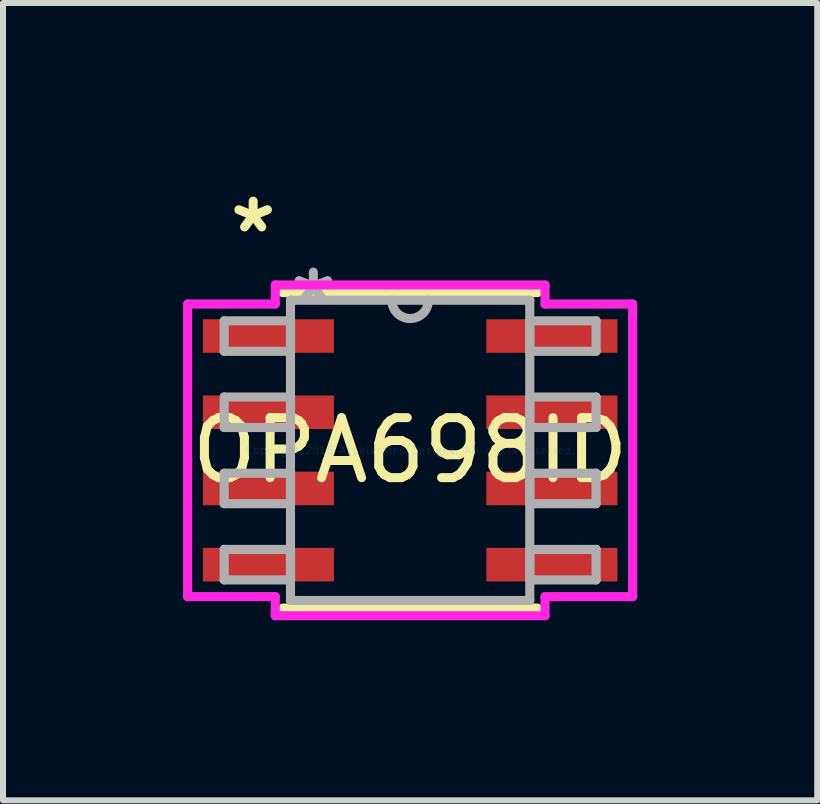
<source format=kicad_pcb>
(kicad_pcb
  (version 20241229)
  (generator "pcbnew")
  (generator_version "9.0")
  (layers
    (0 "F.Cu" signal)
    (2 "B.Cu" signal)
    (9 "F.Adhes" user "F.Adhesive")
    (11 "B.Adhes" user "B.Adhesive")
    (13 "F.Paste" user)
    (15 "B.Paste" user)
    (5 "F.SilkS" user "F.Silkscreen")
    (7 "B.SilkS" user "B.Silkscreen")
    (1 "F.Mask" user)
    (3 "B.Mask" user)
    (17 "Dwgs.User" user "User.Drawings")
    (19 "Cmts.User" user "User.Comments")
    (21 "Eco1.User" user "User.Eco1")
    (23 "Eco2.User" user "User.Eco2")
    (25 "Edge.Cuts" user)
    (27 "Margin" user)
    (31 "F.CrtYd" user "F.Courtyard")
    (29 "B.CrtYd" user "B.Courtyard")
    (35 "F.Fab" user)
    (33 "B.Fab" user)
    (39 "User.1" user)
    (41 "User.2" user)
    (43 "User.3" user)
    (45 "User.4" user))
  (footprint "OPA698ID"
    (layer "F.Cu")
    (at 3.785 4.455)
    (property "Reference" "OPA698ID" (at 0 0 0) (layer "F.SilkS") (effects (font (size 1 1) (thickness 0.15))))
    (attr through_hole)
    (fp_line (start -2.121 2.629) (end 2.121 2.629) (stroke (width 0.152) (type solid)) (layer "F.SilkS"))
    (fp_line (start 2.121 -2.629) (end -2.121 -2.629) (stroke (width 0.152) (type solid)) (layer "F.SilkS"))
    (fp_line (start -3.708 -2.438) (end -2.248 -2.438) (stroke (width 0.152) (type solid)) (layer "F.CrtYd"))
    (fp_line (start -3.708 2.438) (end -3.708 -2.438) (stroke (width 0.152) (type solid)) (layer "F.CrtYd"))
    (fp_line (start -2.248 -2.756) (end 2.248 -2.756) (stroke (width 0.152) (type solid)) (layer "F.CrtYd"))
    (fp_line (start -2.248 -2.438) (end -2.248 -2.756) (stroke (width 0.152) (type solid)) (layer "F.CrtYd"))
    (fp_line (start -2.248 2.438) (end -3.708 2.438) (stroke (width 0.152) (type solid)) (layer "F.CrtYd"))
    (fp_line (start -2.248 2.756) (end -2.248 2.438) (stroke (width 0.152) (type solid)) (layer "F.CrtYd"))
    (fp_line (start 2.248 -2.756) (end 2.248 -2.438) (stroke (width 0.152) (type solid)) (layer "F.CrtYd"))
    (fp_line (start 2.248 -2.438) (end 3.708 -2.438) (stroke (width 0.152) (type solid)) (layer "F.CrtYd"))
    (fp_line (start 2.248 2.438) (end 2.248 2.756) (stroke (width 0.152) (type solid)) (layer "F.CrtYd"))
    (fp_line (start 2.248 2.756) (end -2.248 2.756) (stroke (width 0.152) (type solid)) (layer "F.CrtYd"))
    (fp_line (start 3.708 -2.438) (end 3.708 2.438) (stroke (width 0.152) (type solid)) (layer "F.CrtYd"))
    (fp_line (start 3.708 2.438) (end 2.248 2.438) (stroke (width 0.152) (type solid)) (layer "F.CrtYd"))
    (fp_line (start -3.099 -2.159) (end -3.099 -1.651) (stroke (width 0.152) (type solid)) (layer "F.Fab"))
    (fp_line (start -3.099 -1.651) (end -1.994 -1.651) (stroke (width 0.152) (type solid)) (layer "F.Fab"))
    (fp_line (start -3.099 -0.889) (end -3.099 -0.381) (stroke (width 0.152) (type solid)) (layer "F.Fab"))
    (fp_line (start -3.099 -0.381) (end -1.994 -0.381) (stroke (width 0.152) (type solid)) (layer "F.Fab"))
    (fp_line (start -3.099 0.381) (end -3.099 0.889) (stroke (width 0.152) (type solid)) (layer "F.Fab"))
    (fp_line (start -3.099 0.889) (end -1.994 0.889) (stroke (width 0.152) (type solid)) (layer "F.Fab"))
    (fp_line (start -3.099 1.651) (end -3.099 2.159) (stroke (width 0.152) (type solid)) (layer "F.Fab"))
    (fp_line (start -3.099 2.159) (end -1.994 2.159) (stroke (width 0.152) (type solid)) (layer "F.Fab"))
    (fp_line (start -1.994 -2.502) (end -1.994 2.502) (stroke (width 0.152) (type solid)) (layer "F.Fab"))
    (fp_line (start -1.994 -2.159) (end -3.099 -2.159) (stroke (width 0.152) (type solid)) (layer "F.Fab"))
    (fp_line (start -1.994 -1.651) (end -1.994 -2.159) (stroke (width 0.152) (type solid)) (layer "F.Fab"))
    (fp_line (start -1.994 -0.889) (end -3.099 -0.889) (stroke (width 0.152) (type solid)) (layer "F.Fab"))
    (fp_line (start -1.994 -0.381) (end -1.994 -0.889) (stroke (width 0.152) (type solid)) (layer "F.Fab"))
    (fp_line (start -1.994 0.381) (end -3.099 0.381) (stroke (width 0.152) (type solid)) (layer "F.Fab"))
    (fp_line (start -1.994 0.889) (end -1.994 0.381) (stroke (width 0.152) (type solid)) (layer "F.Fab"))
    (fp_line (start -1.994 1.651) (end -3.099 1.651) (stroke (width 0.152) (type solid)) (layer "F.Fab"))
    (fp_line (start -1.994 2.159) (end -1.994 1.651) (stroke (width 0.152) (type solid)) (layer "F.Fab"))
    (fp_line (start -1.994 2.502) (end 1.994 2.502) (stroke (width 0.152) (type solid)) (layer "F.Fab"))
    (fp_line (start 1.994 -2.502) (end -1.994 -2.502) (stroke (width 0.152) (type solid)) (layer "F.Fab"))
    (fp_line (start 1.994 -2.159) (end 1.994 -1.651) (stroke (width 0.152) (type solid)) (layer "F.Fab"))
    (fp_line (start 1.994 -1.651) (end 3.099 -1.651) (stroke (width 0.152) (type solid)) (layer "F.Fab"))
    (fp_line (start 1.994 -0.889) (end 1.994 -0.381) (stroke (width 0.152) (type solid)) (layer "F.Fab"))
    (fp_line (start 1.994 -0.381) (end 3.099 -0.381) (stroke (width 0.152) (type solid)) (layer "F.Fab"))
    (fp_line (start 1.994 0.381) (end 1.994 0.889) (stroke (width 0.152) (type solid)) (layer "F.Fab"))
    (fp_line (start 1.994 0.889) (end 3.099 0.889) (stroke (width 0.152) (type solid)) (layer "F.Fab"))
    (fp_line (start 1.994 1.651) (end 1.994 2.159) (stroke (width 0.152) (type solid)) (layer "F.Fab"))
    (fp_line (start 1.994 2.159) (end 3.099 2.159) (stroke (width 0.152) (type solid)) (layer "F.Fab"))
    (fp_line (start 1.994 2.502) (end 1.994 -2.502) (stroke (width 0.152) (type solid)) (layer "F.Fab"))
    (fp_line (start 3.099 -2.159) (end 1.994 -2.159) (stroke (width 0.152) (type solid)) (layer "F.Fab"))
    (fp_line (start 3.099 -1.651) (end 3.099 -2.159) (stroke (width 0.152) (type solid)) (layer "F.Fab"))
    (fp_line (start 3.099 -0.889) (end 1.994 -0.889) (stroke (width 0.152) (type solid)) (layer "F.Fab"))
    (fp_line (start 3.099 -0.381) (end 3.099 -0.889) (stroke (width 0.152) (type solid)) (layer "F.Fab"))
    (fp_line (start 3.099 0.381) (end 1.994 0.381) (stroke (width 0.152) (type solid)) (layer "F.Fab"))
    (fp_line (start 3.099 0.889) (end 3.099 0.381) (stroke (width 0.152) (type solid)) (layer "F.Fab"))
    (fp_line (start 3.099 1.651) (end 1.994 1.651) (stroke (width 0.152) (type solid)) (layer "F.Fab"))
    (fp_line (start 3.099 2.159) (end 3.099 1.651) (stroke (width 0.152) (type solid)) (layer "F.Fab"))
    (fp_arc (start 0.3048 -2.5019) (mid 0 -2.1971) (end -0.3048 -2.5019) (stroke (width 0.1524) (type solid)) (layer "F.Fab"))
    (fp_text user "*" (at -2.616 -3.607 0) (layer "F.SilkS") (effects (font (size 1 1) (thickness 0.15))))
    (fp_text user "Copyright 2016 Accelerated Designs. All rights reserved." (at 0 0 0) (layer "Cmts.User") (effects (font (size 0.127 0.127) (thickness 0.002))))
    (fp_text user "*" (at -1.613 -2.426 0) (layer "F.Fab") (effects (font (size 1 1) (thickness 0.15))))
    (pad "1" smd rect (at -2.362 -1.905) (size 2.184 0.559) (layers "F.Cu" "F.Mask" "F.Paste"))
    (pad "2" smd rect (at -2.362 -0.635) (size 2.184 0.559) (layers "F.Cu" "F.Mask" "F.Paste"))
    (pad "3" smd rect (at -2.362 0.635) (size 2.184 0.559) (layers "F.Cu" "F.Mask" "F.Paste"))
    (pad "4" smd rect (at -2.362 1.905) (size 2.184 0.559) (layers "F.Cu" "F.Mask" "F.Paste"))
    (pad "5" smd rect (at 2.362 1.905) (size 2.184 0.559) (layers "F.Cu" "F.Mask" "F.Paste"))
    (pad "6" smd rect (at 2.362 0.635) (size 2.184 0.559) (layers "F.Cu" "F.Mask" "F.Paste"))
    (pad "7" smd rect (at 2.362 -0.635) (size 2.184 0.559) (layers "F.Cu" "F.Mask" "F.Paste"))
    (pad "8" smd rect (at 2.362 -1.905) (size 2.184 0.559) (layers "F.Cu" "F.Mask" "F.Paste")))
  (gr_rect
    (start -3 -3)
    (end 10.569 10.287)
    (stroke (width 0.1) (type default))
    (fill no)
    (layer "Edge.Cuts")))
</source>
